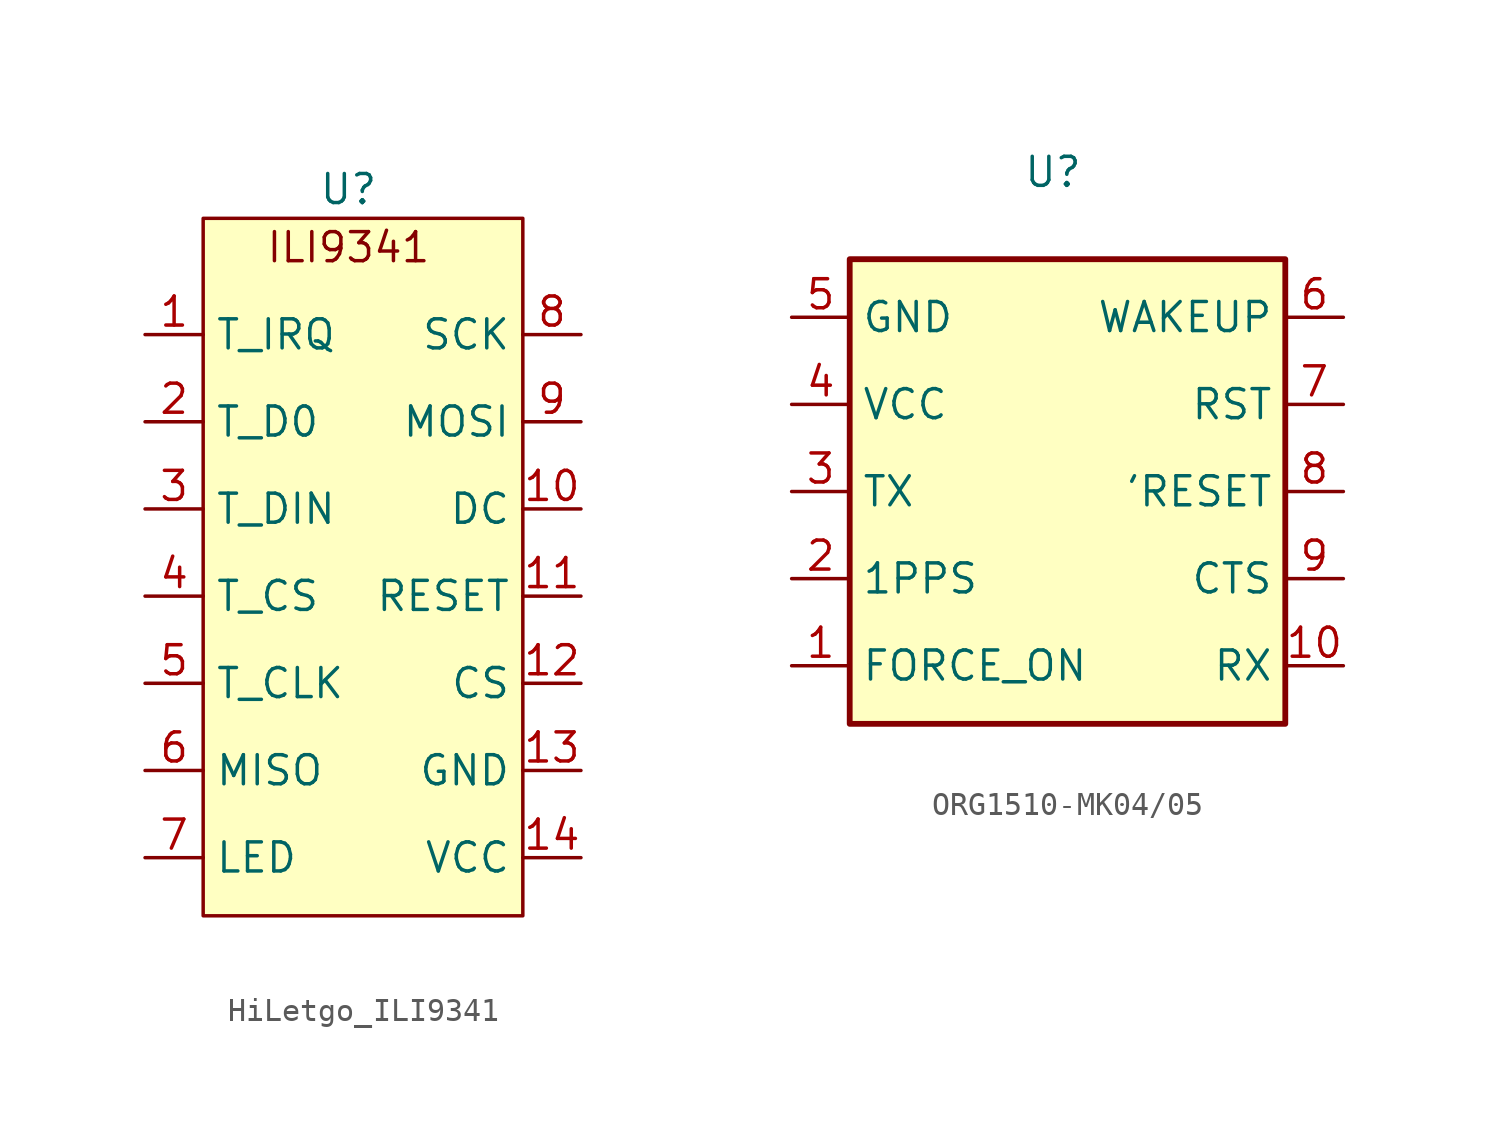
<source format=kicad_sym>
(kicad_symbol_lib
  (version 20220914)
  (generator kicad_symbol_editor)
  (symbol "HiLetgo_ILI9341"
    (property "Reference" "U"
      (at 0 20.32 0)
      (effects (font (size 1.27 1.27))))
    (property "Value" ""
      (at -3.81 15.24 0)
      (effects (font (size 1.27 1.27))))
    (symbol "HiLetgo_ILI9341_1_1"
      (rectangle (start -6.35 19.05) (end 7.62 -11.43) (stroke (width 0) (type solid)) (fill (type background)))
      (text "ILI9341" (at 0 17.78 0) (effects (font (size 1.27 1.27))))
      (pin passive line (at -8.89 13.97 0) (length 2.54) (name "T_IRQ" (effects (font (size 1.27 1.27)))) (number "1" (effects (font (size 1.27 1.27)))))
      (pin passive line (at 10.16 6.35 180) (length 2.54) (name "DC" (effects (font (size 1.27 1.27)))) (number "10" (effects (font (size 1.27 1.27)))))
      (pin passive line (at 10.16 2.54 180) (length 2.54) (name "RESET" (effects (font (size 1.27 1.27)))) (number "11" (effects (font (size 1.27 1.27)))))
      (pin passive line (at 10.16 -1.27 180) (length 2.54) (name "CS" (effects (font (size 1.27 1.27)))) (number "12" (effects (font (size 1.27 1.27)))))
      (pin passive line (at 10.16 -5.08 180) (length 2.54) (name "GND" (effects (font (size 1.27 1.27)))) (number "13" (effects (font (size 1.27 1.27)))))
      (pin passive line (at 10.16 -8.89 180) (length 2.54) (name "VCC" (effects (font (size 1.27 1.27)))) (number "14" (effects (font (size 1.27 1.27)))))
      (pin passive line (at -8.89 10.16 0) (length 2.54) (name "T_D0" (effects (font (size 1.27 1.27)))) (number "2" (effects (font (size 1.27 1.27)))))
      (pin passive line (at -8.89 6.35 0) (length 2.54) (name "T_DIN" (effects (font (size 1.27 1.27)))) (number "3" (effects (font (size 1.27 1.27)))))
      (pin passive line (at -8.89 2.54 0) (length 2.54) (name "T_CS" (effects (font (size 1.27 1.27)))) (number "4" (effects (font (size 1.27 1.27)))))
      (pin passive line (at -8.89 -1.27 0) (length 2.54) (name "T_CLK" (effects (font (size 1.27 1.27)))) (number "5" (effects (font (size 1.27 1.27)))))
      (pin passive line (at -8.89 -5.08 0) (length 2.54) (name "MISO" (effects (font (size 1.27 1.27)))) (number "6" (effects (font (size 1.27 1.27)))))
      (pin passive line (at -8.89 -8.89 0) (length 2.54) (name "LED" (effects (font (size 1.27 1.27)))) (number "7" (effects (font (size 1.27 1.27)))))
      (pin passive line (at 10.16 13.97 180) (length 2.54) (name "SCK" (effects (font (size 1.27 1.27)))) (number "8" (effects (font (size 1.27 1.27)))))
      (pin passive line (at 10.16 10.16 180) (length 2.54) (name "MOSI" (effects (font (size 1.27 1.27)))) (number "9" (effects (font (size 1.27 1.27)))))))
  (symbol "ORG1510-MK04/05"
    (property "Reference" "U"
      (at 0 15.24 0)
      (effects (font (size 1.27 1.27))))
    (property "Value" ""
      (at 0 7.62 0)
      (effects (font (size 1.27 1.27))))
    (symbol "ORG1510-MK04/05_0_1"
      (rectangle (start -8.89 11.43) (end 10.16 -8.89) (stroke (width 0.254) (type default)) (fill (type background))))
    (symbol "ORG1510-MK04/05_1_1"
      (pin passive line (at -11.43 -6.35 0) (length 2.54) (name "FORCE_ON" (effects (font (size 1.27 1.27)))) (number "1" (effects (font (size 1.27 1.27)))))
      (pin passive line (at 12.7 -6.35 180) (length 2.54) (name "RX" (effects (font (size 1.27 1.27)))) (number "10" (effects (font (size 1.27 1.27)))))
      (pin passive line (at -11.43 -2.54 0) (length 2.54) (name "1PPS" (effects (font (size 1.27 1.27)))) (number "2" (effects (font (size 1.27 1.27)))))
      (pin passive line (at -11.43 1.27 0) (length 2.54) (name "TX" (effects (font (size 1.27 1.27)))) (number "3" (effects (font (size 1.27 1.27)))))
      (pin power_in line (at -11.43 5.08 0) (length 2.54) (name "VCC" (effects (font (size 1.27 1.27)))) (number "4" (effects (font (size 1.27 1.27)))))
      (pin passive line (at -11.43 8.89 0) (length 2.54) (name "GND" (effects (font (size 1.27 1.27)))) (number "5" (effects (font (size 1.27 1.27)))))
      (pin input line (at 12.7 8.89 180) (length 2.54) (name "WAKEUP" (effects (font (size 1.27 1.27)))) (number "6" (effects (font (size 1.27 1.27)))))
      (pin passive line (at 12.7 5.08 180) (length 2.54) (name "RST" (effects (font (size 1.27 1.27)))) (number "7" (effects (font (size 1.27 1.27)))))
      (pin passive line (at 12.7 1.27 180) (length 2.54) (name "'RESET" (effects (font (size 1.27 1.27)))) (number "8" (effects (font (size 1.27 1.27)))))
      (pin passive line (at 12.7 -2.54 180) (length 2.54) (name "CTS" (effects (font (size 1.27 1.27)))) (number "9" (effects (font (size 1.27 1.27))))))))
</source>
